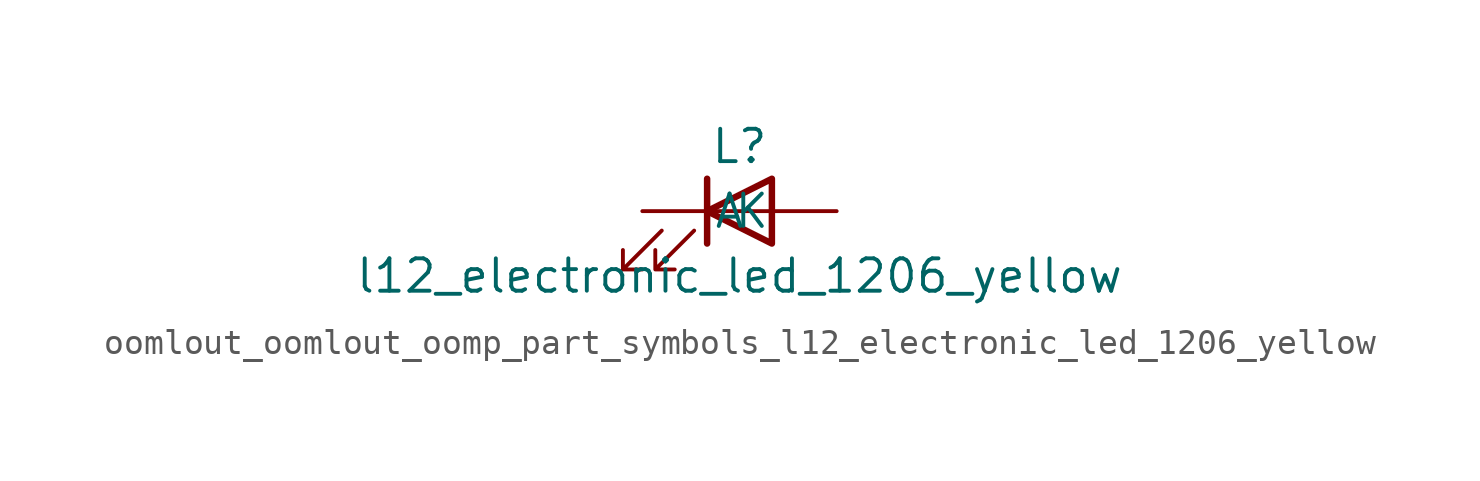
<source format=kicad_sym>
(kicad_symbol_lib
  (version 20220914)
  (generator kicad_symbol_editor)
  (symbol "oomlout_oomlout_oomp_part_symbols_l12_electronic_led_1206_yellow"
    (pin_numbers hide)
    (pin_names
      (offset 1.016))
    (property "Reference" "L"
      (at 0 2.54 0)
      (effects (font (size 1.27 1.27))))
    (property "Value" "l12_electronic_led_1206_yellow"
      (at 0 -2.54 0)
      (effects (font (size 1.27 1.27))))
    (symbol "oomlout_oomlout_oomp_part_symbols_l12_electronic_led_1206_yellow_0_1"
      (polyline (pts (xy -1.27 -1.27) (xy -1.27 1.27)) (stroke (width 0.254) (type default)) (fill (type none)))
      (polyline (pts (xy -1.27 0) (xy 1.27 0)) (stroke (width 0) (type default)) (fill (type none)))
      (polyline (pts (xy 1.27 -1.27) (xy 1.27 1.27) (xy -1.27 0) (xy 1.27 -1.27)) (stroke (width 0.254) (type default)) (fill (type none)))
      (polyline (pts (xy -3.048 -0.762) (xy -4.572 -2.286) (xy -3.81 -2.286) (xy -4.572 -2.286) (xy -4.572 -1.524)) (stroke (width 0) (type default)) (fill (type none)))
      (polyline (pts (xy -1.778 -0.762) (xy -3.302 -2.286) (xy -2.54 -2.286) (xy -3.302 -2.286) (xy -3.302 -1.524)) (stroke (width 0) (type default)) (fill (type none))))
    (symbol "oomlout_oomlout_oomp_part_symbols_l12_electronic_led_1206_yellow_1_1"
      (pin passive line (at -3.81 0 0) (length 2.54) (name "K" (effects (font (size 1.27 1.27)))) (number "1" (effects (font (size 1.27 1.27)))))
      (pin passive line (at 3.81 0 180) (length 2.54) (name "A" (effects (font (size 1.27 1.27)))) (number "2" (effects (font (size 1.27 1.27))))))))
</source>
